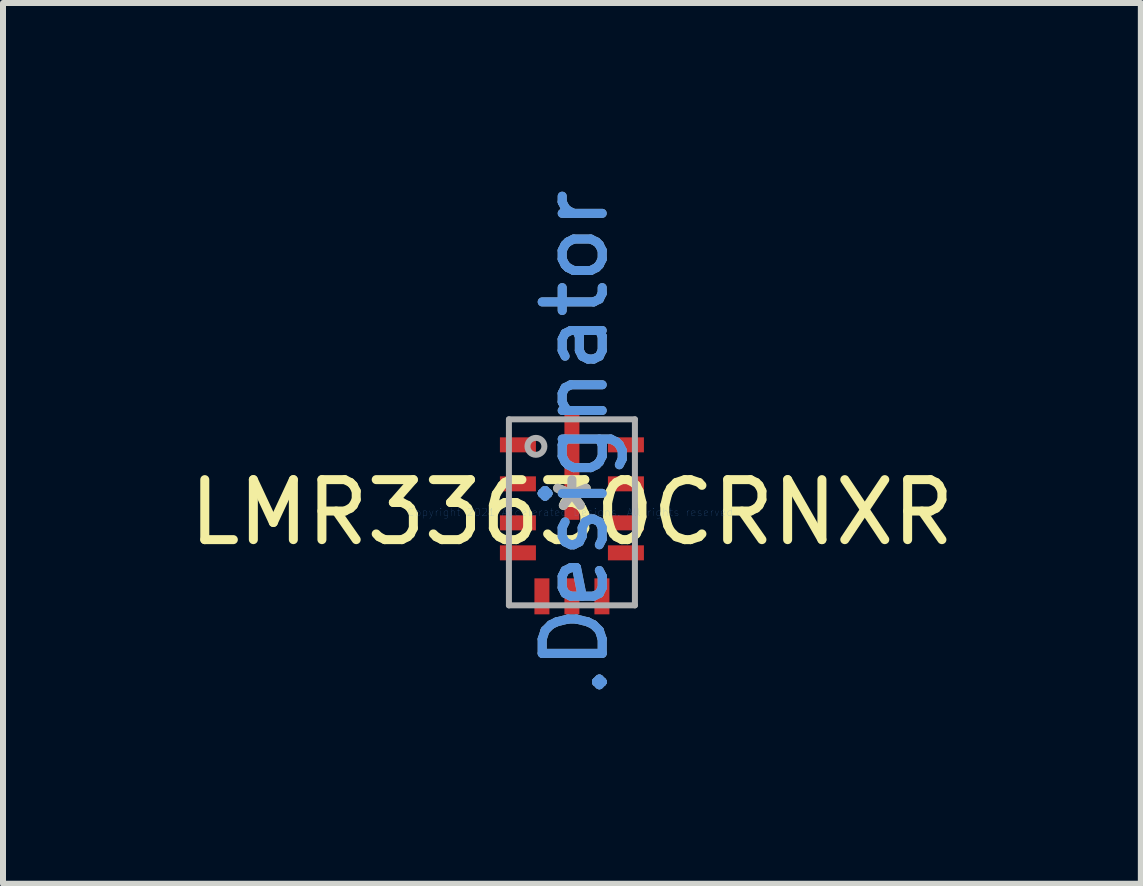
<source format=kicad_pcb>
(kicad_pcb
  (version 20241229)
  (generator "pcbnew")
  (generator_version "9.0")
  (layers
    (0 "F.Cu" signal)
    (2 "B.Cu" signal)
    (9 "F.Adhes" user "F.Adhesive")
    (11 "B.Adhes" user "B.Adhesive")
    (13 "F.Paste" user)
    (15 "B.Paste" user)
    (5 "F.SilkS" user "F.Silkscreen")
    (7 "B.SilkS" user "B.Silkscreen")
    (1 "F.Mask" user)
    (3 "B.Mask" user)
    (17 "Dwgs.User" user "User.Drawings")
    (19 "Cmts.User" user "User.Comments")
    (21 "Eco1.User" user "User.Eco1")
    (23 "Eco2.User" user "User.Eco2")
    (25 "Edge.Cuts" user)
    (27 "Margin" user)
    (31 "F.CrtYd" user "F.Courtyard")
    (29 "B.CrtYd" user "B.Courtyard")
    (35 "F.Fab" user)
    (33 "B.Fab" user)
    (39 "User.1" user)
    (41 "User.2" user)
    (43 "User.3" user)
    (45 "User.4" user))
  (footprint "LMR33630CRNXR"
    (layer "F.Cu")
    (at 6.482 5.489)
    (property "Reference" "LMR33630CRNXR" (at 0 0 0) (layer "F.SilkS") (effects (font (size 1 1) (thickness 0.15))))
    (attr through_hole)
    (fp_poly (pts (xy -0.125 -0.939) (xy -0.125 -1.651) (xy -0.124 -1.661) (xy -0.121 -1.67) (xy -0.117 -1.679) (xy -0.11 -1.686) (xy -0.103 -1.693) (xy -0.094 -1.697) (xy -0.085 -1.7) (xy -0.075 -1.701) (xy 0.075 -1.701) (xy 0.085 -1.7) (xy 0.094 -1.697) (xy 0.103 -1.693) (xy 0.11 -1.686) (xy 0.117 -1.679) (xy 0.121 -1.67) (xy 0.124 -1.661) (xy 0.125 -1.651) (xy 0.125 -0.939) (xy 0.124 -0.929) (xy 0.121 -0.92) (xy 0.117 -0.911) (xy 0.11 -0.904) (xy 0.103 -0.897) (xy 0.094 -0.893) (xy 0.085 -0.89) (xy 0.075 -0.889) (xy -0.075 -0.889) (xy -0.085 -0.89) (xy -0.094 -0.893) (xy -0.103 -0.897) (xy -0.11 -0.904) (xy -0.117 -0.911) (xy -0.121 -0.92) (xy -0.124 -0.929)) (stroke (width 0.1) (type solid)) (fill yes) (layer "F.Paste"))
    (fp_poly (pts (xy -0.125 0.076) (xy -0.125 -0.636) (xy -0.124 -0.646) (xy -0.121 -0.655) (xy -0.117 -0.664) (xy -0.11 -0.671) (xy -0.103 -0.678) (xy -0.094 -0.682) (xy -0.085 -0.685) (xy -0.075 -0.686) (xy 0.075 -0.686) (xy 0.085 -0.685) (xy 0.094 -0.682) (xy 0.103 -0.678) (xy 0.11 -0.671) (xy 0.117 -0.664) (xy 0.121 -0.655) (xy 0.124 -0.646) (xy 0.125 -0.636) (xy 0.125 0.076) (xy 0.124 0.086) (xy 0.121 0.095) (xy 0.117 0.104) (xy 0.11 0.111) (xy 0.103 0.118) (xy 0.094 0.122) (xy 0.085 0.125) (xy 0.075 0.126) (xy -0.075 0.126) (xy -0.085 0.125) (xy -0.094 0.122) (xy -0.103 0.118) (xy -0.11 0.111) (xy -0.117 0.104) (xy -0.121 0.095) (xy -0.124 0.086)) (stroke (width 0.1) (type solid)) (fill yes) (layer "F.Paste"))
    (fp_line (start -1.05 -1.55) (end 1.05 -1.55) (stroke (width 0.1) (type solid)) (layer "F.Fab"))
    (fp_line (start -1.05 1.55) (end -1.05 -1.55) (stroke (width 0.1) (type solid)) (layer "F.Fab"))
    (fp_line (start -1.05 1.55) (end 1.05 1.55) (stroke (width 0.1) (type solid)) (layer "F.Fab"))
    (fp_line (start 1.05 1.55) (end 1.05 -1.55) (stroke (width 0.1) (type solid)) (layer "F.Fab"))
    (fp_circle (center -0.6 -1.1) (end -0.459 -1.1) (stroke (width 0.1) (type solid)) (fill no) (layer "F.Fab"))
    (fp_text user "*" (at 0 0 0) (layer "F.SilkS") (effects (font (size 1 1) (thickness 0.15))))
    (fp_text user ".Designator" (at 0.05 -1.15 270) (layer "Cmts.User") (effects (font (size 1 1) (thickness 0.15))))
    (fp_text user "Copyright 2021 Accelerated Designs. All rights reserved." (at 0 0 0) (layer "Cmts.User") (effects (font (size 0.127 0.127) (thickness 0.002))))
    (fp_text user ".Designator" (at 0.05 -1.15 270) (layer "F.Fab") (effects (font (size 1 1) (thickness 0.15))))
    (fp_text user "*" (at 0 0 0) (layer "F.Fab") (effects (font (size 1 1) (thickness 0.15))))
    (pad "1" smd rect (at -0.9 -1.125) (size 0.6 0.25) (layers "F.Cu" "F.Mask" "F.Paste"))
    (pad "2" smd rect (at -0.9 -0.475) (size 0.6 0.25) (layers "F.Cu" "F.Mask" "F.Paste"))
    (pad "3" smd rect (at -0.9 0.175) (size 0.6 0.25) (layers "F.Cu" "F.Mask" "F.Paste"))
    (pad "4" smd rect (at -0.9 0.675) (size 0.6 0.25) (layers "F.Cu" "F.Mask" "F.Paste"))
    (pad "5" smd rect (at -0.5 1.4 90) (size 0.6 0.25) (layers "F.Cu" "F.Mask" "F.Paste"))
    (pad "6" smd rect (at 0 1.4 90) (size 0.6 0.25) (layers "F.Cu" "F.Mask" "F.Paste"))
    (pad "7" smd rect (at 0.5 1.4 90) (size 0.6 0.25) (layers "F.Cu" "F.Mask" "F.Paste"))
    (pad "8" smd rect (at 0.9 0.675) (size 0.6 0.25) (layers "F.Cu" "F.Mask" "F.Paste"))
    (pad "9" smd rect (at 0.9 0.175) (size 0.6 0.25) (layers "F.Cu" "F.Mask" "F.Paste"))
    (pad "10" smd rect (at 0.9 -0.475) (size 0.6 0.25) (layers "F.Cu" "F.Mask" "F.Paste"))
    (pad "11" smd rect (at 0.9 -1.125) (size 0.6 0.25) (layers "F.Cu" "F.Mask" "F.Paste"))
    (pad "12" smd rect (at 0 -0.788 90) (size 1.825 0.25) (layers "F.Cu" "F.Mask")))
  (gr_rect
    (start -3 -3)
    (end 15.964 11.679)
    (stroke (width 0.1) (type default))
    (fill no)
    (layer "Edge.Cuts")))
</source>
